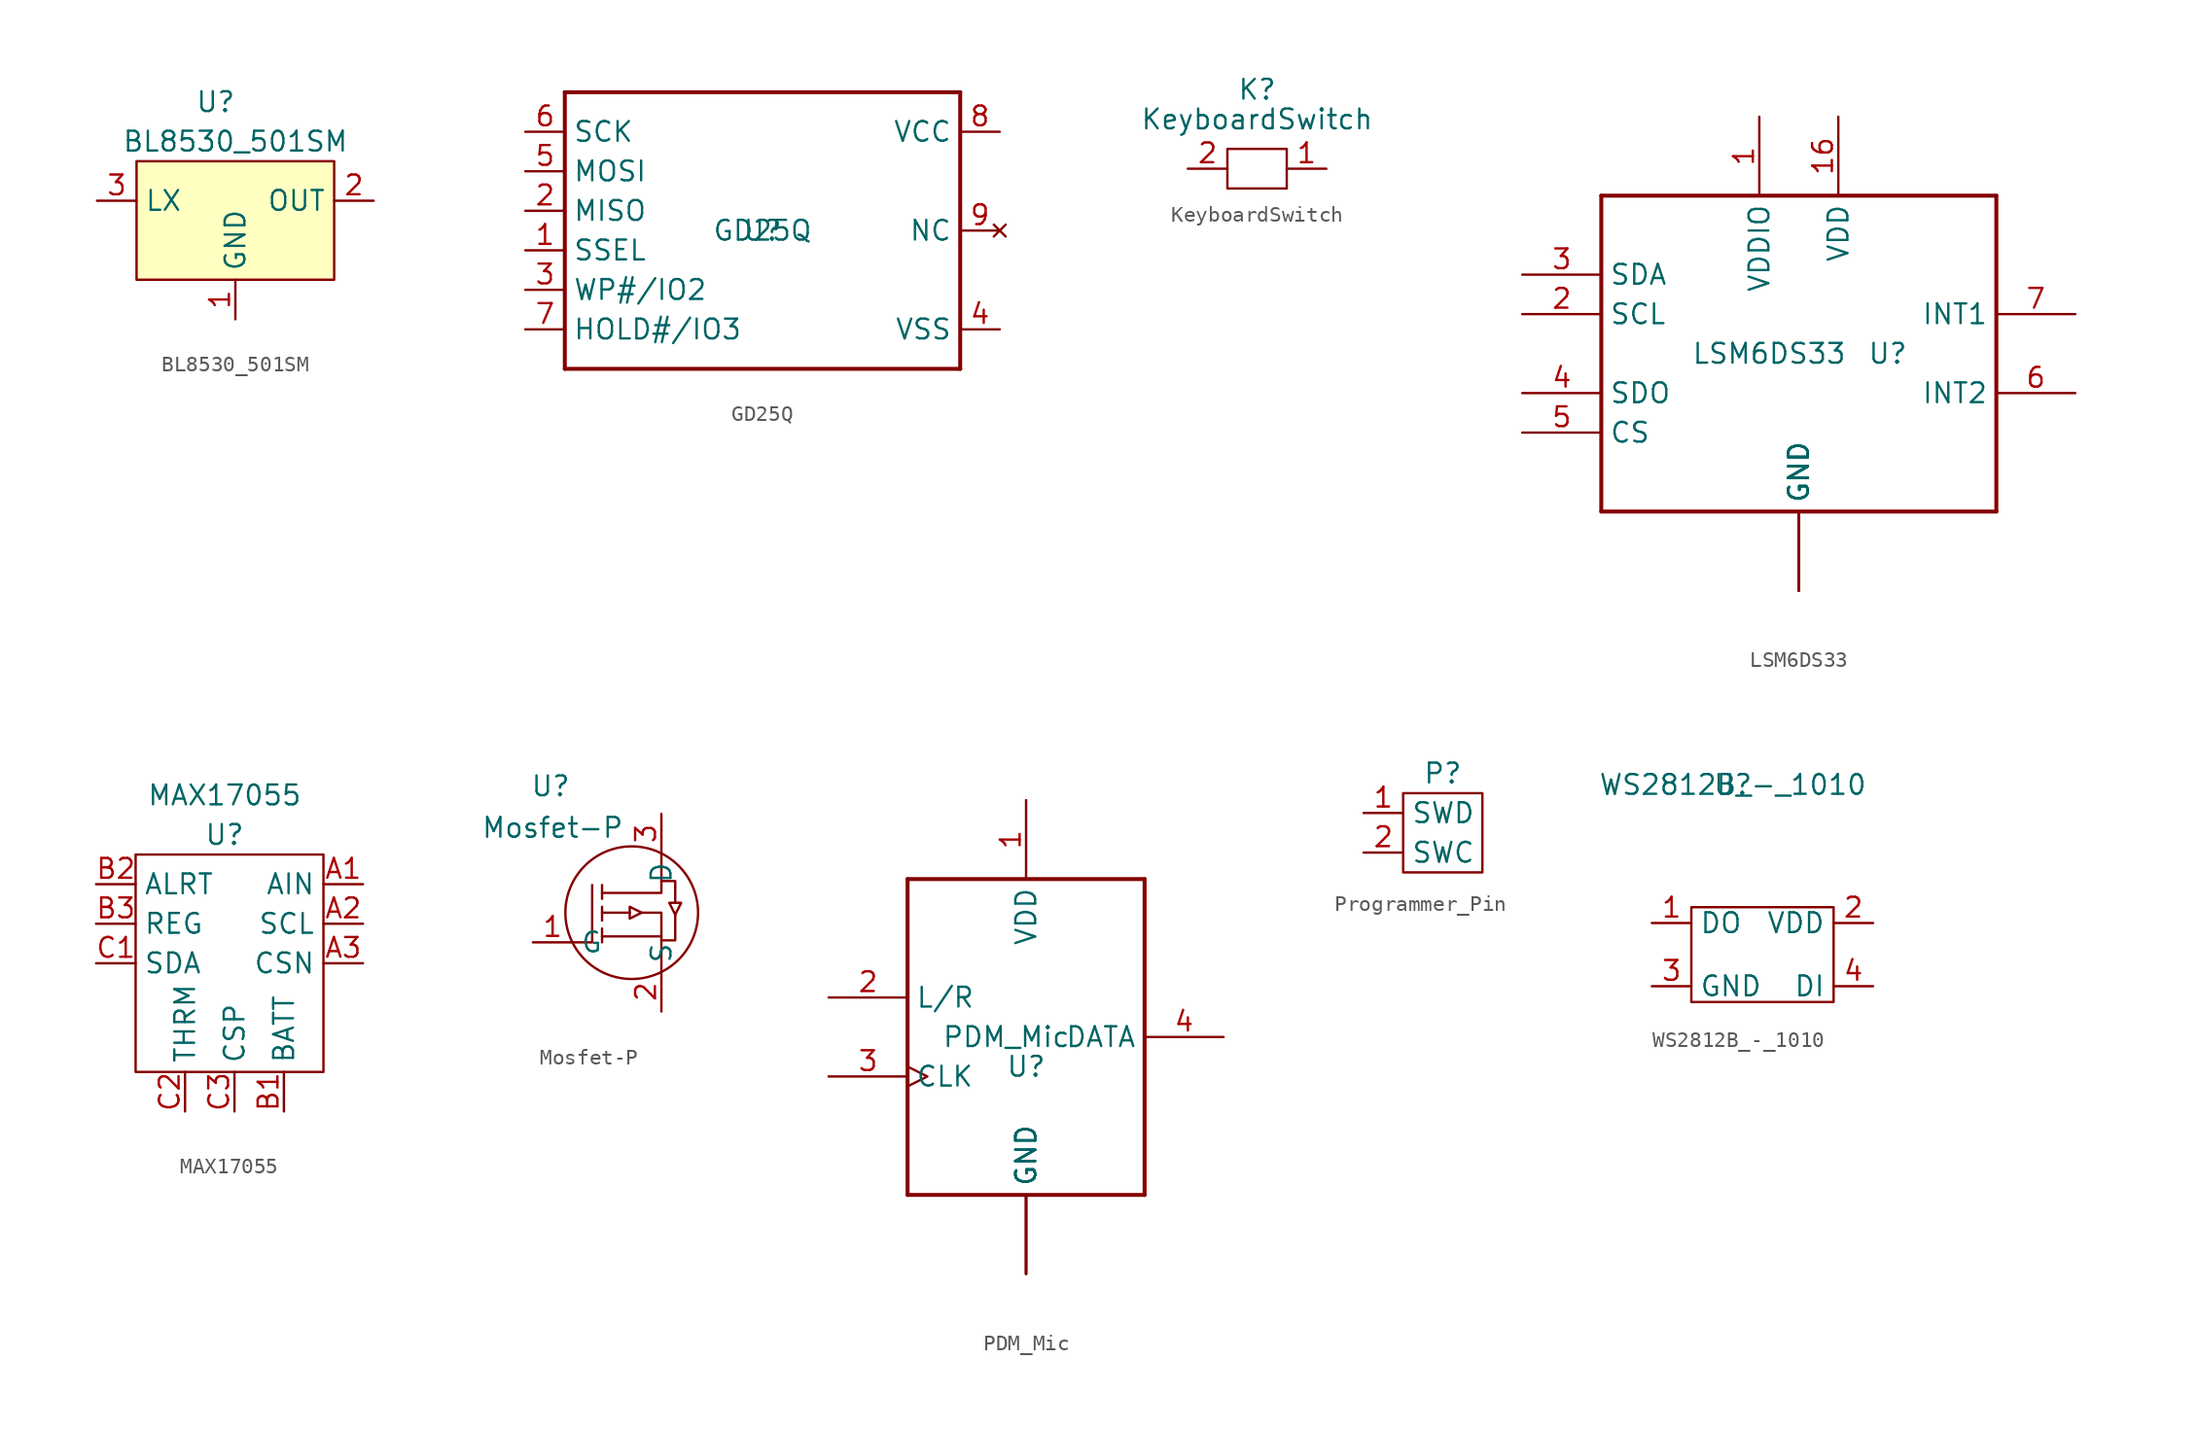
<source format=kicad_sym>
(kicad_symbol_lib
  (version 20220914)
  (generator kicad_symbol_editor)
  (symbol "BL8530_501SM"
    (property "Reference" "U"
      (at -1.27 8.89 0)
      (effects (font (size 1.27 1.27))))
    (property "Value" "BL8530_501SM"
      (at 0 6.35 0)
      (effects (font (size 1.27 1.27))))
    (symbol "BL8530_501SM_0_1"
      (rectangle (start -6.35 5.08) (end 6.35 -2.54) (stroke (width 0) (type default)) (fill (type background))))
    (symbol "BL8530_501SM_1_1"
      (pin input line (at 0 -5.08 90) (length 2.54) (name "GND" (effects (font (size 1.27 1.27)))) (number "1" (effects (font (size 1.27 1.27)))))
      (pin input line (at 8.89 2.54 180) (length 2.54) (name "OUT" (effects (font (size 1.27 1.27)))) (number "2" (effects (font (size 1.27 1.27)))))
      (pin input line (at -8.89 2.54 0) (length 2.54) (name "LX" (effects (font (size 1.27 1.27)))) (number "3" (effects (font (size 1.27 1.27)))))))
  (symbol "GD25Q"
    (property "Reference" "U"
      (at 0 0 0)
      (effects (font (size 1.27 1.27))))
    (property "Value" "GD25Q"
      (at 0 0 0)
      (effects (font (size 1.27 1.27))))
    (symbol "GD25Q_1_0"
      (polyline (pts (xy -12.7 -8.89) (xy -12.7 8.89)) (stroke (width 0.254) (type default)) (fill (type none)))
      (polyline (pts (xy -12.7 8.89) (xy 12.7 8.89)) (stroke (width 0.254) (type default)) (fill (type none)))
      (polyline (pts (xy 12.7 -8.89) (xy -12.7 -8.89)) (stroke (width 0.254) (type default)) (fill (type none)))
      (polyline (pts (xy 12.7 8.89) (xy 12.7 -8.89)) (stroke (width 0.254) (type default)) (fill (type none)))
      (pin bidirectional line (at -15.24 -1.27 0) (length 2.54) (name "SSEL" (effects (font (size 1.27 1.27)))) (number "1" (effects (font (size 1.27 1.27)))))
      (pin bidirectional line (at -15.24 1.27 0) (length 2.54) (name "MISO" (effects (font (size 1.27 1.27)))) (number "2" (effects (font (size 1.27 1.27)))))
      (pin bidirectional line (at -15.24 -3.81 0) (length 2.54) (name "WP#/IO2" (effects (font (size 1.27 1.27)))) (number "3" (effects (font (size 1.27 1.27)))))
      (pin bidirectional line (at 15.24 -6.35 180) (length 2.54) (name "VSS" (effects (font (size 1.27 1.27)))) (number "4" (effects (font (size 1.27 1.27)))))
      (pin bidirectional line (at -15.24 3.81 0) (length 2.54) (name "MOSI" (effects (font (size 1.27 1.27)))) (number "5" (effects (font (size 1.27 1.27)))))
      (pin bidirectional line (at -15.24 6.35 0) (length 2.54) (name "SCK" (effects (font (size 1.27 1.27)))) (number "6" (effects (font (size 1.27 1.27)))))
      (pin bidirectional line (at -15.24 -6.35 0) (length 2.54) (name "HOLD#/IO3" (effects (font (size 1.27 1.27)))) (number "7" (effects (font (size 1.27 1.27)))))
      (pin bidirectional line (at 15.24 6.35 180) (length 2.54) (name "VCC" (effects (font (size 1.27 1.27)))) (number "8" (effects (font (size 1.27 1.27))))))
    (symbol "GD25Q_1_1"
      (pin no_connect line (at 15.24 0 180) (length 2.54) (name "NC" (effects (font (size 1.27 1.27)))) (number "9" (effects (font (size 1.27 1.27)))))))
  (symbol "KeyboardSwitch"
    (property "Reference" "K"
      (at 0 5.08 0)
      (effects (font (size 1.27 1.27))))
    (property "Value" "KeyboardSwitch"
      (at 0 3.175 0)
      (effects (font (size 1.27 1.27))))
    (symbol "KeyboardSwitch_0_1"
      (rectangle (start -1.905 1.27) (end 1.905 -1.27) (stroke (width 0) (type default)) (fill (type none))))
    (symbol "KeyboardSwitch_1_1"
      (pin input line (at 4.445 0 180) (length 2.54) (name "" (effects (font (size 1.27 1.27)))) (number "1" (effects (font (size 1.27 1.27)))))
      (pin input line (at -4.445 0 0) (length 2.54) (name "" (effects (font (size 1.27 1.27)))) (number "2" (effects (font (size 1.27 1.27)))))))
  (symbol "LSM6DS33"
    (property "Reference" "U"
      (at 5.715 0 0)
      (effects (font (size 1.27 1.27))))
    (property "Value" "LSM6DS33"
      (at -1.905 0 0)
      (effects (font (size 1.27 1.27))))
    (symbol "LSM6DS33_1_0"
      (polyline (pts (xy -12.7 -10.16) (xy -12.7 10.16)) (stroke (width 0.254) (type default)) (fill (type none)))
      (polyline (pts (xy -12.7 10.16) (xy 12.7 10.16)) (stroke (width 0.254) (type default)) (fill (type none)))
      (polyline (pts (xy 12.7 -10.16) (xy -12.7 -10.16)) (stroke (width 0.254) (type default)) (fill (type none)))
      (polyline (pts (xy 12.7 10.16) (xy 12.7 -10.16)) (stroke (width 0.254) (type default)) (fill (type none)))
      (pin power_in line (at -2.54 15.24 270) (length 5.08) (name "VDDIO" (effects (font (size 1.27 1.27)))) (number "1" (effects (font (size 1.27 1.27)))))
      (pin power_in line (at 0 -15.24 90) (length 5.08) (name "GND" (effects (font (size 1.27 1.27)))) (number "10" (effects (font (size 0 0)))))
      (pin power_in line (at 0 -15.24 90) (length 5.08) (name "GND" (effects (font (size 1.27 1.27)))) (number "11" (effects (font (size 0 0)))))
      (pin power_in line (at 0 -15.24 90) (length 5.08) (name "GND" (effects (font (size 1.27 1.27)))) (number "12" (effects (font (size 0 0)))))
      (pin power_in line (at 0 -15.24 90) (length 5.08) (name "GND" (effects (font (size 1.27 1.27)))) (number "13" (effects (font (size 0 0)))))
      (pin power_in line (at 0 -15.24 90) (length 5.08) (name "GND" (effects (font (size 1.27 1.27)))) (number "15" (effects (font (size 0 0)))))
      (pin power_in line (at 2.54 15.24 270) (length 5.08) (name "VDD" (effects (font (size 1.27 1.27)))) (number "16" (effects (font (size 1.27 1.27)))))
      (pin bidirectional line (at -17.78 2.54 0) (length 5.08) (name "SCL" (effects (font (size 1.27 1.27)))) (number "2" (effects (font (size 1.27 1.27)))))
      (pin bidirectional line (at -17.78 5.08 0) (length 5.08) (name "SDA" (effects (font (size 1.27 1.27)))) (number "3" (effects (font (size 1.27 1.27)))))
      (pin bidirectional line (at -17.78 -2.54 0) (length 5.08) (name "SDO" (effects (font (size 1.27 1.27)))) (number "4" (effects (font (size 1.27 1.27)))))
      (pin input line (at -17.78 -5.08 0) (length 5.08) (name "CS" (effects (font (size 1.27 1.27)))) (number "5" (effects (font (size 1.27 1.27)))))
      (pin output line (at 17.78 -2.54 180) (length 5.08) (name "INT2" (effects (font (size 1.27 1.27)))) (number "6" (effects (font (size 1.27 1.27)))))
      (pin output line (at 17.78 2.54 180) (length 5.08) (name "INT1" (effects (font (size 1.27 1.27)))) (number "7" (effects (font (size 1.27 1.27)))))
      (pin power_in line (at 0 -15.24 90) (length 5.08) (name "GND" (effects (font (size 1.27 1.27)))) (number "8" (effects (font (size 0 0)))))
      (pin power_in line (at 0 -15.24 90) (length 5.08) (name "GND" (effects (font (size 1.27 1.27)))) (number "9" (effects (font (size 0 0)))))))
  (symbol "MAX17055"
    (property "Reference" "U"
      (at 0 6.985 0)
      (effects (font (size 1.27 1.27))))
    (property "Value" "MAX17055"
      (at 0 9.525 0)
      (effects (font (size 1.27 1.27))))
    (symbol "MAX17055_0_1"
      (rectangle (start -5.715 5.715) (end 6.35 -8.255) (stroke (width 0) (type default)) (fill (type none))))
    (symbol "MAX17055_1_1"
      (pin input line (at 8.89 3.81 180) (length 2.54) (name "AIN" (effects (font (size 1.27 1.27)))) (number "A1" (effects (font (size 1.27 1.27)))))
      (pin input line (at 8.89 1.27 180) (length 2.54) (name "SCL" (effects (font (size 1.27 1.27)))) (number "A2" (effects (font (size 1.27 1.27)))))
      (pin input line (at 8.89 -1.27 180) (length 2.54) (name "CSN" (effects (font (size 1.27 1.27)))) (number "A3" (effects (font (size 1.27 1.27)))))
      (pin input line (at 3.81 -10.795 90) (length 2.54) (name "BATT" (effects (font (size 1.27 1.27)))) (number "B1" (effects (font (size 1.27 1.27)))))
      (pin input line (at -8.255 3.81 0) (length 2.54) (name "ALRT" (effects (font (size 1.27 1.27)))) (number "B2" (effects (font (size 1.27 1.27)))))
      (pin input line (at -8.255 1.27 0) (length 2.54) (name "REG" (effects (font (size 1.27 1.27)))) (number "B3" (effects (font (size 1.27 1.27)))))
      (pin input line (at -8.255 -1.27 0) (length 2.54) (name "SDA" (effects (font (size 1.27 1.27)))) (number "C1" (effects (font (size 1.27 1.27)))))
      (pin input line (at -2.54 -10.795 90) (length 2.54) (name "THRM" (effects (font (size 1.27 1.27)))) (number "C2" (effects (font (size 1.27 1.27)))))
      (pin input line (at 0.635 -10.795 90) (length 2.54) (name "CSP" (effects (font (size 1.27 1.27)))) (number "C3" (effects (font (size 1.27 1.27)))))))
  (symbol "Mosfet-P"
    (property "Reference" "U"
      (at -5.207 8.128 0)
      (effects (font (size 1.27 1.27))))
    (property "Value" "Mosfet-P"
      (at -5.08 5.461 0)
      (effects (font (size 1.27 1.27))))
    (symbol "Mosfet-P_0_1"
      (polyline (pts (xy -1.905 -1.905) (xy -1.905 -1.016)) (stroke (width 0) (type default)) (fill (type none)))
      (polyline (pts (xy -1.905 -1.524) (xy 1.905 -1.524)) (stroke (width 0) (type default)) (fill (type none)))
      (polyline (pts (xy -1.905 0) (xy -0.127 0)) (stroke (width 0) (type default)) (fill (type none)))
      (polyline (pts (xy -1.905 0.381) (xy -1.905 -0.508)) (stroke (width 0) (type default)) (fill (type none)))
      (polyline (pts (xy -1.905 1.778) (xy -1.905 0.889)) (stroke (width 0) (type default)) (fill (type none)))
      (polyline (pts (xy -3.81 -1.905) (xy -2.54 -1.905) (xy -2.54 1.778)) (stroke (width 0) (type default)) (fill (type none)))
      (polyline (pts (xy -1.905 1.27) (xy 1.905 1.27) (xy 1.905 3.81)) (stroke (width 0) (type default)) (fill (type none)))
      (polyline (pts (xy 1.905 -3.81) (xy 1.905 0) (xy 0.635 0)) (stroke (width 0) (type default)) (fill (type none)))
      (polyline (pts (xy 1.905 2.032) (xy 2.794 2.032) (xy 2.794 0.635)) (stroke (width 0) (type default)) (fill (type none)))
      (polyline (pts (xy 2.794 -0.127) (xy 2.794 -1.778) (xy 1.905 -1.778)) (stroke (width 0) (type default)) (fill (type none)))
      (polyline (pts (xy -0.127 0.381) (xy -0.127 -0.381) (xy 0.635 0) (xy -0.127 0.381)) (stroke (width 0) (type default)) (fill (type none)))
      (polyline (pts (xy 3.175 0.635) (xy 2.413 0.635) (xy 2.794 -0.127) (xy 3.175 0.635)) (stroke (width 0) (type default)) (fill (type none)))
      (circle (center 0 0) (radius 4.26) (stroke (width 0) (type default)) (fill (type none))))
    (symbol "Mosfet-P_1_1"
      (pin input line (at -6.35 -1.905 0) (length 2.54) (name "G" (effects (font (size 1.27 1.27)))) (number "1" (effects (font (size 1.27 1.27)))))
      (pin input line (at 1.905 -6.35 90) (length 2.54) (name "S" (effects (font (size 1.27 1.27)))) (number "2" (effects (font (size 1.27 1.27)))))
      (pin input line (at 1.905 6.35 270) (length 2.54) (name "D" (effects (font (size 1.27 1.27)))) (number "3" (effects (font (size 1.27 1.27)))))))
  (symbol "PDM_Mic"
    (property "Reference" "U"
      (at 0 -1.905 0)
      (effects (font (size 1.27 1.27))))
    (property "Value" "PDM_Mic"
      (at -1.27 0 0)
      (effects (font (size 1.27 1.27))))
    (symbol "PDM_Mic_1_0"
      (polyline (pts (xy -7.62 -10.16) (xy -7.62 10.16)) (stroke (width 0.254) (type default)) (fill (type none)))
      (polyline (pts (xy -7.62 10.16) (xy 7.62 10.16)) (stroke (width 0.254) (type default)) (fill (type none)))
      (polyline (pts (xy 7.62 -10.16) (xy -7.62 -10.16)) (stroke (width 0.254) (type default)) (fill (type none)))
      (polyline (pts (xy 7.62 10.16) (xy 7.62 -10.16)) (stroke (width 0.254) (type default)) (fill (type none)))
      (pin power_in line (at 0 15.24 270) (length 5.08) (name "VDD" (effects (font (size 1.27 1.27)))) (number "1" (effects (font (size 1.27 1.27)))))
      (pin input line (at -12.7 2.54 0) (length 5.08) (name "L/R" (effects (font (size 1.27 1.27)))) (number "2" (effects (font (size 1.27 1.27)))))
      (pin input clock (at -12.7 -2.54 0) (length 5.08) (name "CLK" (effects (font (size 1.27 1.27)))) (number "3" (effects (font (size 1.27 1.27)))))
      (pin bidirectional line (at 12.7 0 180) (length 5.08) (name "DATA" (effects (font (size 1.27 1.27)))) (number "4" (effects (font (size 1.27 1.27)))))
      (pin power_in line (at 0 -15.24 90) (length 5.08) (name "GND" (effects (font (size 1.27 1.27)))) (number "5" (effects (font (size 0 0)))))
      (pin power_in line (at 0 -15.24 90) (length 5.08) (name "GND" (effects (font (size 1.27 1.27)))) (number "6" (effects (font (size 0 0)))))
      (pin power_in line (at 0 -15.24 90) (length 5.08) (name "GND" (effects (font (size 1.27 1.27)))) (number "7" (effects (font (size 0 0)))))
      (pin power_in line (at 0 -15.24 90) (length 5.08) (name "GND" (effects (font (size 1.27 1.27)))) (number "8" (effects (font (size 0 0)))))))
  (symbol "Programmer_Pin"
    (property "Reference" "P"
      (at 2.54 6.35 0)
      (effects (font (size 1.27 1.27))))
    (property "Value" ""
      (at 0 0 0)
      (effects (font (size 1.27 1.27))))
    (symbol "Programmer_Pin_0_1"
      (rectangle (start 0 5.08) (end 5.08 0) (stroke (width 0) (type default)) (fill (type none))))
    (symbol "Programmer_Pin_1_1"
      (pin bidirectional line (at -2.54 3.81 0) (length 2.54) (name "SWD" (effects (font (size 1.27 1.27)))) (number "1" (effects (font (size 1.27 1.27)))))
      (pin bidirectional line (at -2.54 1.27 0) (length 2.54) (name "SWC" (effects (font (size 1.27 1.27)))) (number "2" (effects (font (size 1.27 1.27)))))))
  (symbol "WS2812B_-_1010"
    (property "Reference" "U"
      (at 0.127 10.668 0)
      (effects (font (size 1.27 1.27))))
    (property "Value" "WS2812B_-_1010"
      (at 0.127 10.668 0)
      (effects (font (size 1.27 1.27))))
    (symbol "WS2812B_-_1010_0_1"
      (rectangle (start -2.54 2.794) (end 6.604 -3.302) (stroke (width 0) (type default)) (fill (type none))))
    (symbol "WS2812B_-_1010_1_1"
      (pin output line (at -5.08 1.778 0) (length 2.54) (name "DO" (effects (font (size 1.27 1.27)))) (number "1" (effects (font (size 1.27 1.27)))))
      (pin input line (at 9.144 1.778 180) (length 2.54) (name "VDD" (effects (font (size 1.27 1.27)))) (number "2" (effects (font (size 1.27 1.27)))))
      (pin input line (at -5.08 -2.286 0) (length 2.54) (name "GND" (effects (font (size 1.27 1.27)))) (number "3" (effects (font (size 1.27 1.27)))))
      (pin input line (at 9.144 -2.286 180) (length 2.54) (name "DI" (effects (font (size 1.27 1.27)))) (number "4" (effects (font (size 1.27 1.27))))))))
</source>
